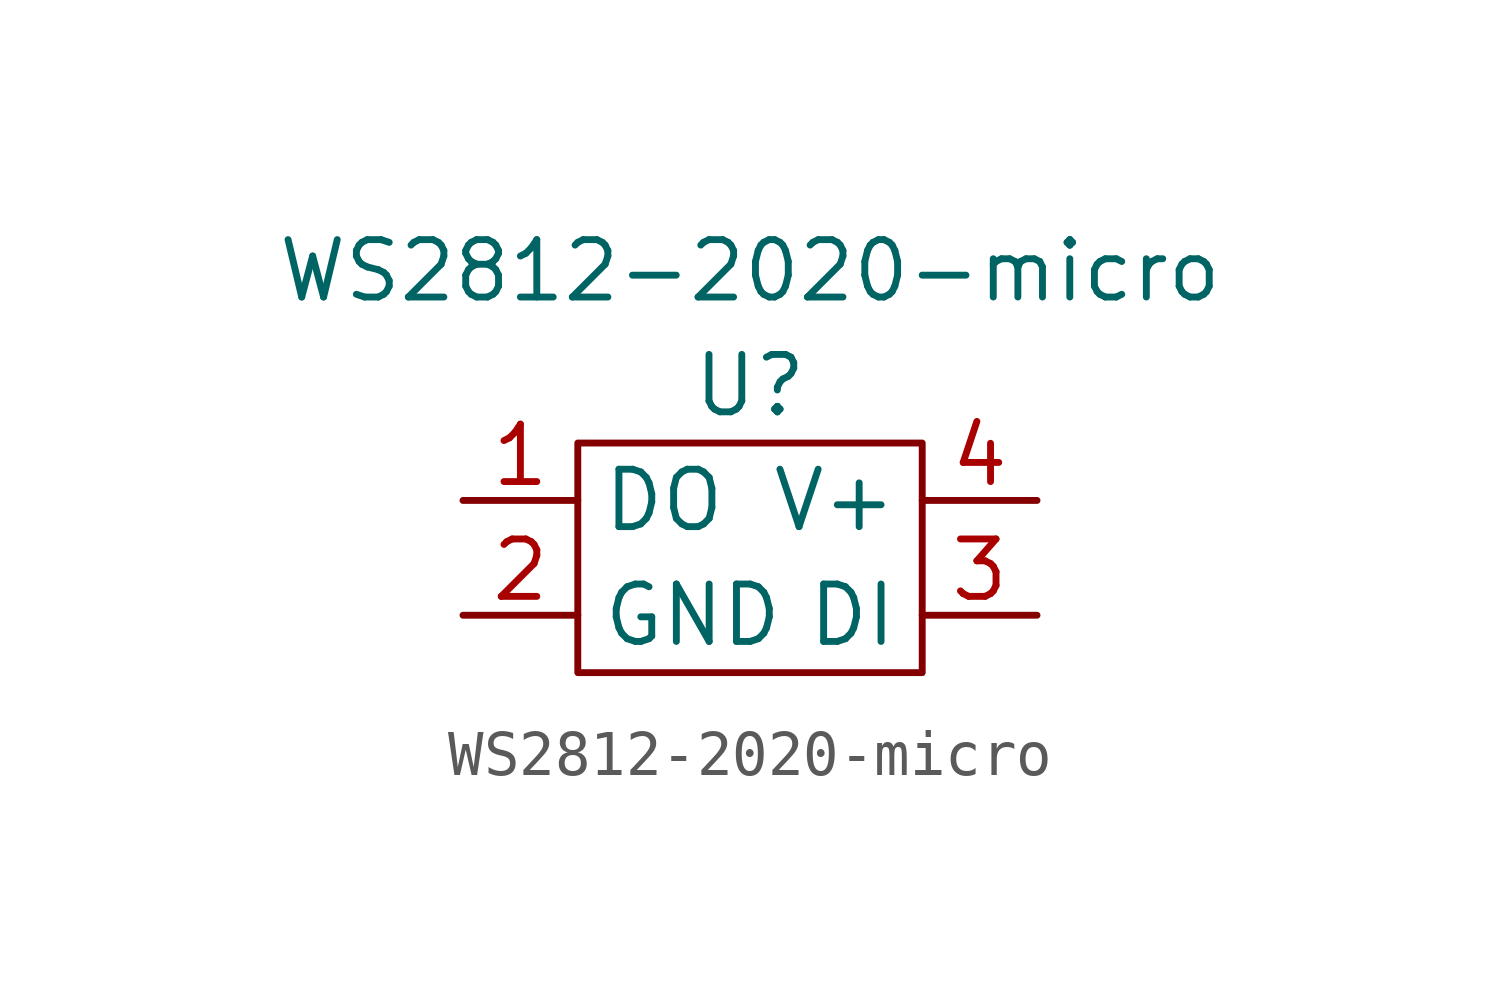
<source format=kicad_sym>
(kicad_symbol_lib
  (version 20211014)
  (generator kicad_symbol_editor)
  (symbol "WS2812-2020-micro"
    (property "Reference" "U"
      (at 0 1.27 0)
      (effects (font (size 1.27 1.27))))
    (property "Value" "WS2812-2020-micro"
      (at 0 3.81 0)
      (effects (font (size 1.27 1.27))))
    (symbol "WS2812-2020-micro_0_1"
      (rectangle (start -3.81 0) (end 3.81 -5.08) (stroke (width 0) (type default) (color 0 0 0 0)) (fill (type none))))
    (symbol "WS2812-2020-micro_1_1"
      (pin input line (at -6.35 -1.27 0) (length 2.54) (name "DO" (effects (font (size 1.27 1.27)))) (number "1" (effects (font (size 1.27 1.27)))))
      (pin input line (at -6.35 -3.81 0) (length 2.54) (name "GND" (effects (font (size 1.27 1.27)))) (number "2" (effects (font (size 1.27 1.27)))))
      (pin input line (at 6.35 -3.81 180) (length 2.54) (name "DI" (effects (font (size 1.27 1.27)))) (number "3" (effects (font (size 1.27 1.27)))))
      (pin input line (at 6.35 -1.27 180) (length 2.54) (name "V+" (effects (font (size 1.27 1.27)))) (number "4" (effects (font (size 1.27 1.27))))))))
</source>
